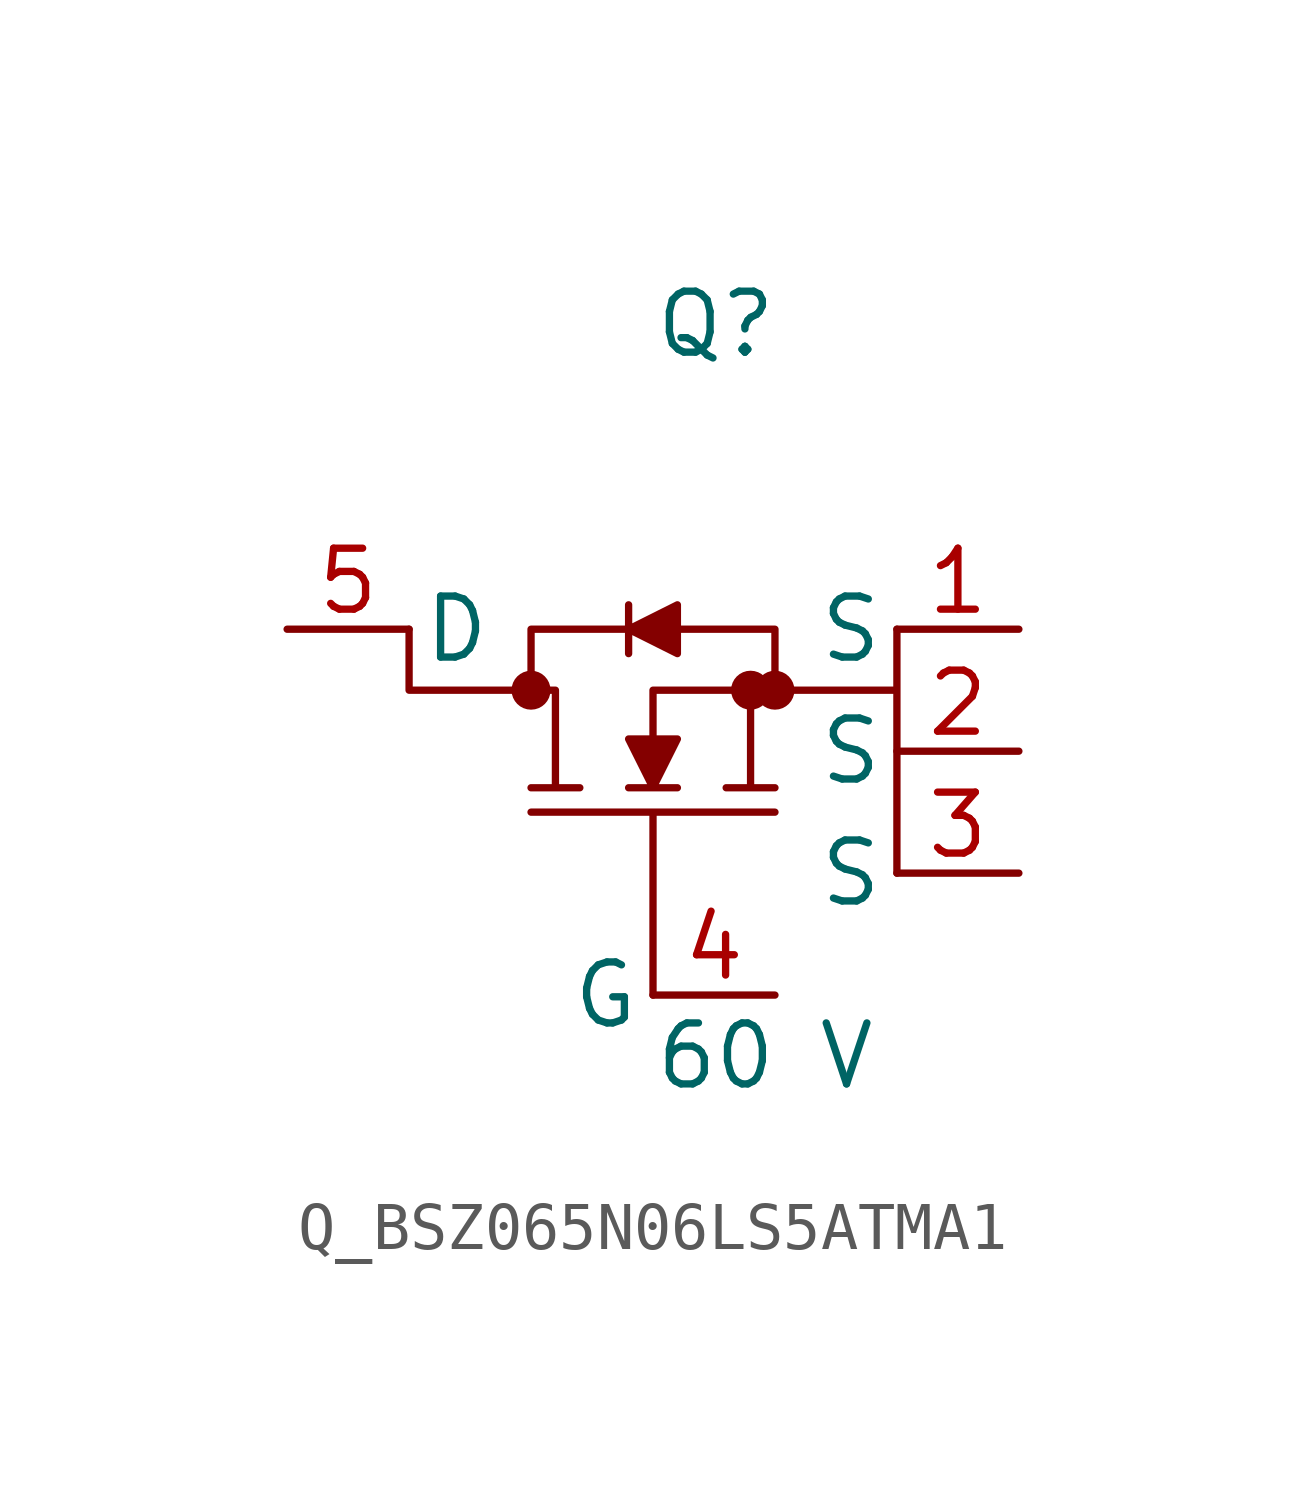
<source format=kicad_sym>
(kicad_symbol_lib
  (version 20231120)
  (generator kicad_symbol_editor)
  (generator_version 8.0)
  (symbol "Q_BSZ065N06LS5ATMA1"
    (pin_names
      (offset 0.254))
    (property "Reference" "Q"
      (at 0 7.62 0)
      (effects (font (size 1.27 1.27)) (justify left)))
    (property "Value" "60 V"
      (at 0 -7.62 0)
      (effects (font (size 1.27 1.27)) (justify left)))
    (symbol "Q_BSZ065N06LS5ATMA1_1_0"
      (polyline (pts (xy 0 -6.35) (xy 0 -2.54) (xy -2.54 -2.54) (xy 2.54 -2.54) (xy 0 -2.54) (xy 0 -6.35)) (stroke (width 0) (type default)) (fill (type none)))
      (polyline (pts (xy 5.08 1.27) (xy 5.08 0.0) (xy 2.54 0.0) (xy 2.54 1.27) (xy 0.508 1.27) (xy 0.508 1.778) (xy -0.508 1.27) (xy -0.508 1.778) (xy -0.508 1.27) (xy -2.54 1.27) (xy -2.54 0.0) (xy -5.08 0.0) (xy -5.08 1.27) (xy -5.08 0.0) (xy -2.032 0.0) (xy -2.032 -2.032) (xy -2.54 -2.032) (xy -1.524 -2.032) (xy -2.032 -2.032) (xy -2.032 0.0) (xy -2.54 0.0) (xy -2.54 1.27) (xy -0.508 1.27) (xy -0.508 0.762) (xy -0.508 1.27) (xy 0.508 0.762) (xy 0.508 1.27) (xy 2.54 1.27) (xy 2.54 0.0) (xy 0 0.0) (xy 0 -1.016) (xy -0.508 -1.016) (xy 0 -2.032) (xy -0.508 -2.032) (xy 0.508 -2.032) (xy 0 -2.032) (xy 0.508 -1.016) (xy 0 -1.016) (xy 0 0.0) (xy 2.032 0.0) (xy 2.032 -2.032) (xy 1.524 -2.032) (xy 2.54 -2.032) (xy 2.032 -2.032) (xy 2.032 0.0) (xy 5.08 0.0) (xy 5.08 -3.81)) (stroke (width 0) (type default)) (fill (type outline)))
      (circle (center -2.54 0.0) (radius 0.025) (stroke (width 0.381) (type default)) (fill (type none)))
      (circle (center 2.032 0.0) (radius 0.025) (stroke (width 0.381) (type default)) (fill (type none)))
      (circle (center 2.54 0.0) (radius 0.025) (stroke (width 0.381) (type default)) (fill (type none)))
      (pin unspecified line (at -7.62 1.27 0) (length 2.54) (name "D" (effects (font (size 1.27 1.27)))) (number "5" (effects (font (size 1.27 1.27)))))
      (pin unspecified line (at 7.62 1.27 180) (length 2.54) (name "S" (effects (font (size 1.27 1.27)))) (number "1" (effects (font (size 1.27 1.27)))))
      (pin unspecified line (at 7.62 -1.27 180) (length 2.54) (name "S" (effects (font (size 1.27 1.27)))) (number "2" (effects (font (size 1.27 1.27)))))
      (pin unspecified line (at 7.62 -3.81 180) (length 2.54) (name "S" (effects (font (size 1.27 1.27)))) (number "3" (effects (font (size 1.27 1.27)))))
      (pin unspecified line (at 2.54 -6.35 180) (length 2.54) (name "G" (effects (font (size 1.27 1.27)))) (number "4" (effects (font (size 1.27 1.27))))))))
</source>
